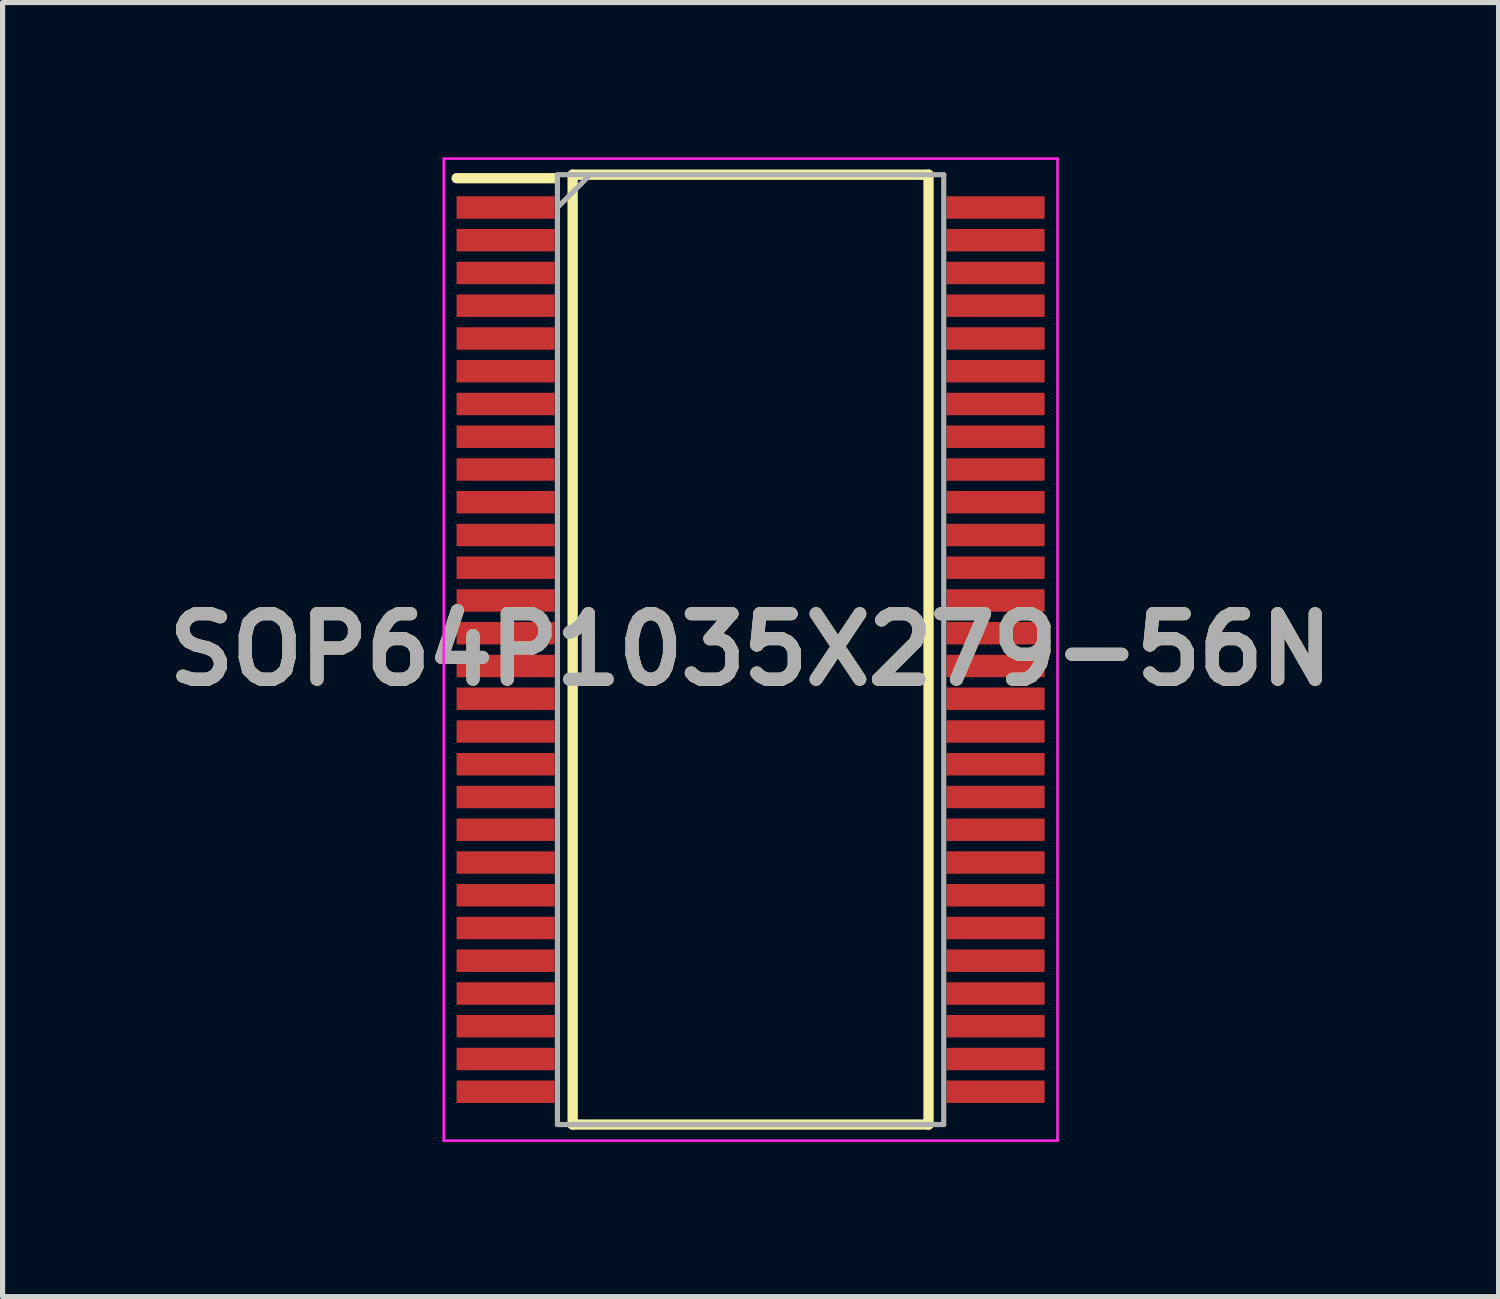
<source format=kicad_pcb>
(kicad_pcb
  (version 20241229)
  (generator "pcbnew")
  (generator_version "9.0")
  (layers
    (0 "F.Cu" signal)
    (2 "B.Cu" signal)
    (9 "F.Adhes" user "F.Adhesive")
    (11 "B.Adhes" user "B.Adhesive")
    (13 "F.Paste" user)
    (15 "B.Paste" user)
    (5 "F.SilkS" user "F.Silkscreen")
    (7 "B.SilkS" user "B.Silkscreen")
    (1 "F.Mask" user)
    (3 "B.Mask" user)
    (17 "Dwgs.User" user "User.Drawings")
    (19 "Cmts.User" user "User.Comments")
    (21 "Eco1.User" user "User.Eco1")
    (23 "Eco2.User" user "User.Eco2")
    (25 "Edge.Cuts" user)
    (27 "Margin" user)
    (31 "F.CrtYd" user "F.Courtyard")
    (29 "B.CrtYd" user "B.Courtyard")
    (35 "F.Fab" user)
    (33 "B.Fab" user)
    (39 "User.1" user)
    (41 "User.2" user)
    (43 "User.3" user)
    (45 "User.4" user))
  (footprint "SOP64P1035X279-56N"
    (layer "F.Cu")
    (at 11.503 9.545)
    (property "Reference" "SOP64P1035X279-56N" (at 0 0 0) (layer "F.SilkS") (effects (font (size 1.27 1.27) (thickness 0.254))))
    (attr smd)
    (fp_line (start -5.7 -9.14) (end -3.8 -9.14) (stroke (width 0.2) (type solid)) (layer "F.SilkS"))
    (fp_line (start -3.45 -9.208) (end 3.45 -9.208) (stroke (width 0.2) (type solid)) (layer "F.SilkS"))
    (fp_line (start -3.45 9.208) (end -3.45 -9.208) (stroke (width 0.2) (type solid)) (layer "F.SilkS"))
    (fp_line (start 3.45 -9.208) (end 3.45 9.208) (stroke (width 0.2) (type solid)) (layer "F.SilkS"))
    (fp_line (start 3.45 9.208) (end -3.45 9.208) (stroke (width 0.2) (type solid)) (layer "F.SilkS"))
    (fp_line (start -5.95 -9.52) (end 5.95 -9.52) (stroke (width 0.05) (type solid)) (layer "F.CrtYd"))
    (fp_line (start -5.95 9.52) (end -5.95 -9.52) (stroke (width 0.05) (type solid)) (layer "F.CrtYd"))
    (fp_line (start 5.95 -9.52) (end 5.95 9.52) (stroke (width 0.05) (type solid)) (layer "F.CrtYd"))
    (fp_line (start 5.95 9.52) (end -5.95 9.52) (stroke (width 0.05) (type solid)) (layer "F.CrtYd"))
    (fp_line (start -3.745 -9.208) (end 3.745 -9.208) (stroke (width 0.1) (type solid)) (layer "F.Fab"))
    (fp_line (start -3.745 -8.572) (end -3.11 -9.208) (stroke (width 0.1) (type solid)) (layer "F.Fab"))
    (fp_line (start -3.745 9.208) (end -3.745 -9.208) (stroke (width 0.1) (type solid)) (layer "F.Fab"))
    (fp_line (start 3.745 -9.208) (end 3.745 9.208) (stroke (width 0.1) (type solid)) (layer "F.Fab"))
    (fp_line (start 3.745 9.208) (end -3.745 9.208) (stroke (width 0.1) (type solid)) (layer "F.Fab"))
    (fp_text user "${REFERENCE}" (at 0 0 0) (layer "F.Fab") (effects (font (size 1.27 1.27) (thickness 0.254))))
    (pad "1" smd rect (at -4.75 -8.572 90) (size 0.435 1.9) (layers "F.Cu" "F.Mask" "F.Paste"))
    (pad "2" smd rect (at -4.75 -7.938 90) (size 0.435 1.9) (layers "F.Cu" "F.Mask" "F.Paste"))
    (pad "3" smd rect (at -4.75 -7.302 90) (size 0.435 1.9) (layers "F.Cu" "F.Mask" "F.Paste"))
    (pad "4" smd rect (at -4.75 -6.668 90) (size 0.435 1.9) (layers "F.Cu" "F.Mask" "F.Paste"))
    (pad "5" smd rect (at -4.75 -6.032 90) (size 0.435 1.9) (layers "F.Cu" "F.Mask" "F.Paste"))
    (pad "6" smd rect (at -4.75 -5.398 90) (size 0.435 1.9) (layers "F.Cu" "F.Mask" "F.Paste"))
    (pad "7" smd rect (at -4.75 -4.762 90) (size 0.435 1.9) (layers "F.Cu" "F.Mask" "F.Paste"))
    (pad "8" smd rect (at -4.75 -4.128 90) (size 0.435 1.9) (layers "F.Cu" "F.Mask" "F.Paste"))
    (pad "9" smd rect (at -4.75 -3.492 90) (size 0.435 1.9) (layers "F.Cu" "F.Mask" "F.Paste"))
    (pad "10" smd rect (at -4.75 -2.858 90) (size 0.435 1.9) (layers "F.Cu" "F.Mask" "F.Paste"))
    (pad "11" smd rect (at -4.75 -2.222 90) (size 0.435 1.9) (layers "F.Cu" "F.Mask" "F.Paste"))
    (pad "12" smd rect (at -4.75 -1.588 90) (size 0.435 1.9) (layers "F.Cu" "F.Mask" "F.Paste"))
    (pad "13" smd rect (at -4.75 -0.952 90) (size 0.435 1.9) (layers "F.Cu" "F.Mask" "F.Paste"))
    (pad "14" smd rect (at -4.75 -0.318 90) (size 0.435 1.9) (layers "F.Cu" "F.Mask" "F.Paste"))
    (pad "15" smd rect (at -4.75 0.318 90) (size 0.435 1.9) (layers "F.Cu" "F.Mask" "F.Paste"))
    (pad "16" smd rect (at -4.75 0.952 90) (size 0.435 1.9) (layers "F.Cu" "F.Mask" "F.Paste"))
    (pad "17" smd rect (at -4.75 1.588 90) (size 0.435 1.9) (layers "F.Cu" "F.Mask" "F.Paste"))
    (pad "18" smd rect (at -4.75 2.222 90) (size 0.435 1.9) (layers "F.Cu" "F.Mask" "F.Paste"))
    (pad "19" smd rect (at -4.75 2.858 90) (size 0.435 1.9) (layers "F.Cu" "F.Mask" "F.Paste"))
    (pad "20" smd rect (at -4.75 3.492 90) (size 0.435 1.9) (layers "F.Cu" "F.Mask" "F.Paste"))
    (pad "21" smd rect (at -4.75 4.128 90) (size 0.435 1.9) (layers "F.Cu" "F.Mask" "F.Paste"))
    (pad "22" smd rect (at -4.75 4.762 90) (size 0.435 1.9) (layers "F.Cu" "F.Mask" "F.Paste"))
    (pad "23" smd rect (at -4.75 5.398 90) (size 0.435 1.9) (layers "F.Cu" "F.Mask" "F.Paste"))
    (pad "24" smd rect (at -4.75 6.032 90) (size 0.435 1.9) (layers "F.Cu" "F.Mask" "F.Paste"))
    (pad "25" smd rect (at -4.75 6.668 90) (size 0.435 1.9) (layers "F.Cu" "F.Mask" "F.Paste"))
    (pad "26" smd rect (at -4.75 7.302 90) (size 0.435 1.9) (layers "F.Cu" "F.Mask" "F.Paste"))
    (pad "27" smd rect (at -4.75 7.938 90) (size 0.435 1.9) (layers "F.Cu" "F.Mask" "F.Paste"))
    (pad "28" smd rect (at -4.75 8.572 90) (size 0.435 1.9) (layers "F.Cu" "F.Mask" "F.Paste"))
    (pad "29" smd rect (at 4.75 8.572 90) (size 0.435 1.9) (layers "F.Cu" "F.Mask" "F.Paste"))
    (pad "30" smd rect (at 4.75 7.938 90) (size 0.435 1.9) (layers "F.Cu" "F.Mask" "F.Paste"))
    (pad "31" smd rect (at 4.75 7.302 90) (size 0.435 1.9) (layers "F.Cu" "F.Mask" "F.Paste"))
    (pad "32" smd rect (at 4.75 6.668 90) (size 0.435 1.9) (layers "F.Cu" "F.Mask" "F.Paste"))
    (pad "33" smd rect (at 4.75 6.032 90) (size 0.435 1.9) (layers "F.Cu" "F.Mask" "F.Paste"))
    (pad "34" smd rect (at 4.75 5.398 90) (size 0.435 1.9) (layers "F.Cu" "F.Mask" "F.Paste"))
    (pad "35" smd rect (at 4.75 4.762 90) (size 0.435 1.9) (layers "F.Cu" "F.Mask" "F.Paste"))
    (pad "36" smd rect (at 4.75 4.128 90) (size 0.435 1.9) (layers "F.Cu" "F.Mask" "F.Paste"))
    (pad "37" smd rect (at 4.75 3.492 90) (size 0.435 1.9) (layers "F.Cu" "F.Mask" "F.Paste"))
    (pad "38" smd rect (at 4.75 2.858 90) (size 0.435 1.9) (layers "F.Cu" "F.Mask" "F.Paste"))
    (pad "39" smd rect (at 4.75 2.222 90) (size 0.435 1.9) (layers "F.Cu" "F.Mask" "F.Paste"))
    (pad "40" smd rect (at 4.75 1.588 90) (size 0.435 1.9) (layers "F.Cu" "F.Mask" "F.Paste"))
    (pad "41" smd rect (at 4.75 0.952 90) (size 0.435 1.9) (layers "F.Cu" "F.Mask" "F.Paste"))
    (pad "42" smd rect (at 4.75 0.318 90) (size 0.435 1.9) (layers "F.Cu" "F.Mask" "F.Paste"))
    (pad "43" smd rect (at 4.75 -0.318 90) (size 0.435 1.9) (layers "F.Cu" "F.Mask" "F.Paste"))
    (pad "44" smd rect (at 4.75 -0.952 90) (size 0.435 1.9) (layers "F.Cu" "F.Mask" "F.Paste"))
    (pad "45" smd rect (at 4.75 -1.588 90) (size 0.435 1.9) (layers "F.Cu" "F.Mask" "F.Paste"))
    (pad "46" smd rect (at 4.75 -2.222 90) (size 0.435 1.9) (layers "F.Cu" "F.Mask" "F.Paste"))
    (pad "47" smd rect (at 4.75 -2.858 90) (size 0.435 1.9) (layers "F.Cu" "F.Mask" "F.Paste"))
    (pad "48" smd rect (at 4.75 -3.492 90) (size 0.435 1.9) (layers "F.Cu" "F.Mask" "F.Paste"))
    (pad "49" smd rect (at 4.75 -4.128 90) (size 0.435 1.9) (layers "F.Cu" "F.Mask" "F.Paste"))
    (pad "50" smd rect (at 4.75 -4.762 90) (size 0.435 1.9) (layers "F.Cu" "F.Mask" "F.Paste"))
    (pad "51" smd rect (at 4.75 -5.398 90) (size 0.435 1.9) (layers "F.Cu" "F.Mask" "F.Paste"))
    (pad "52" smd rect (at 4.75 -6.032 90) (size 0.435 1.9) (layers "F.Cu" "F.Mask" "F.Paste"))
    (pad "53" smd rect (at 4.75 -6.668 90) (size 0.435 1.9) (layers "F.Cu" "F.Mask" "F.Paste"))
    (pad "54" smd rect (at 4.75 -7.302 90) (size 0.435 1.9) (layers "F.Cu" "F.Mask" "F.Paste"))
    (pad "55" smd rect (at 4.75 -7.938 90) (size 0.435 1.9) (layers "F.Cu" "F.Mask" "F.Paste"))
    (pad "56" smd rect (at 4.75 -8.572 90) (size 0.435 1.9) (layers "F.Cu" "F.Mask" "F.Paste")))
  (gr_rect
    (start -3 -3)
    (end 26.005 22.09)
    (stroke (width 0.1) (type default))
    (fill no)
    (layer "Edge.Cuts")))
</source>
